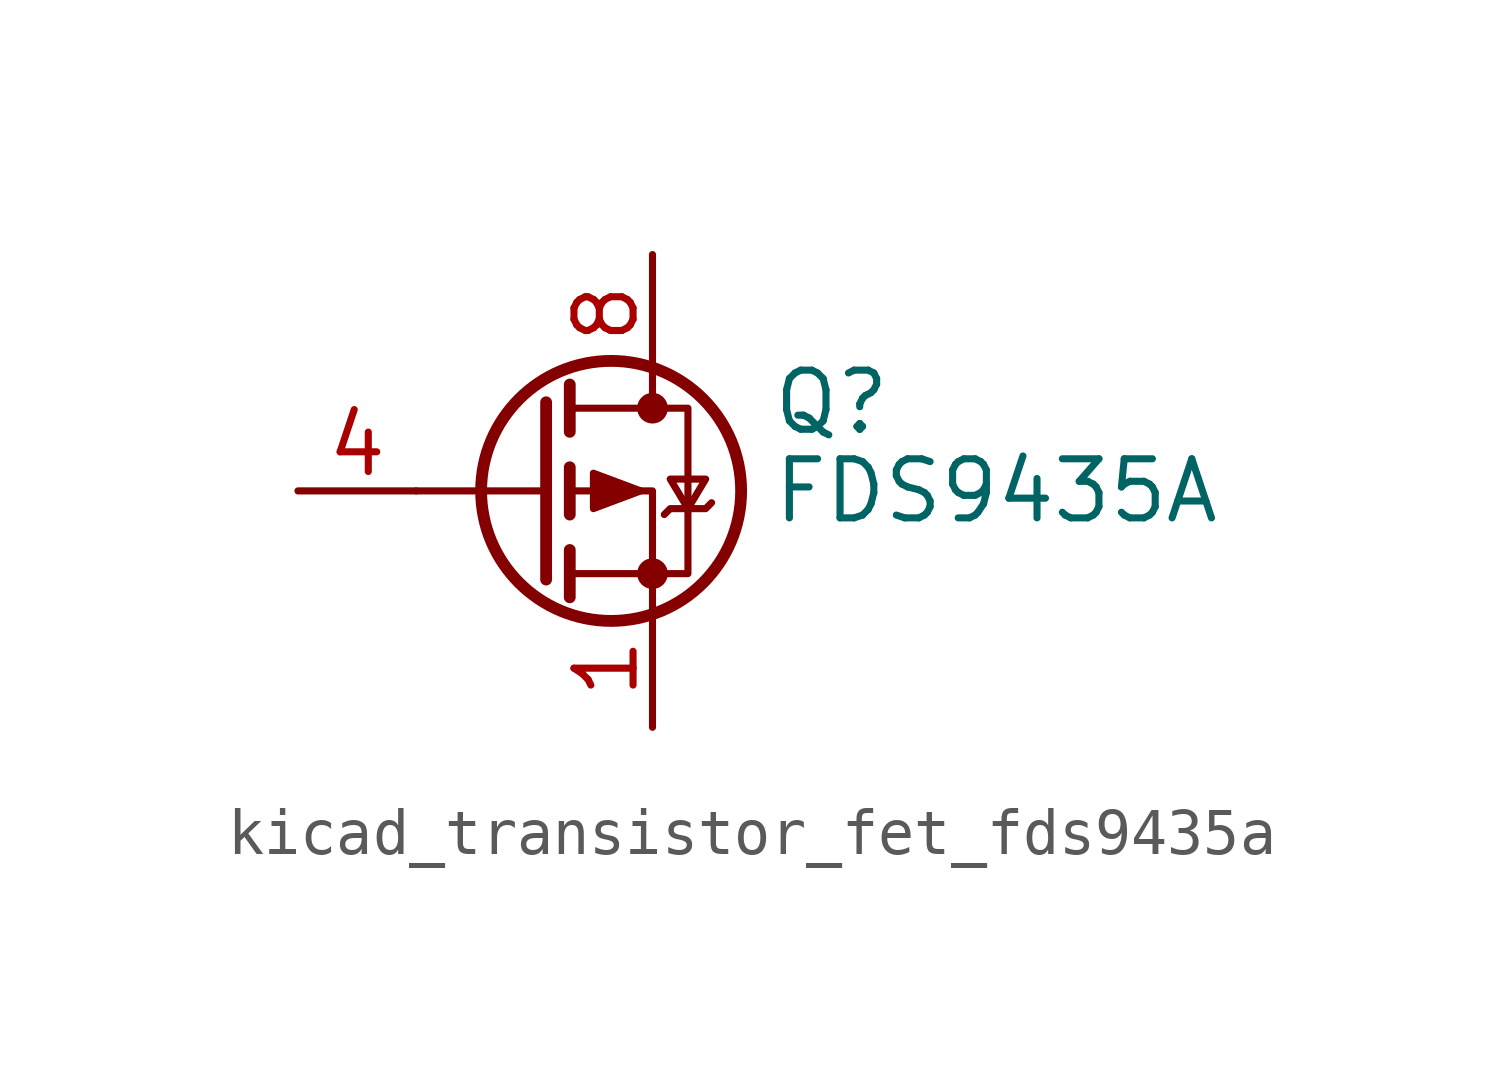
<source format=kicad_sym>
(kicad_symbol_lib
  (version 20220914)
  (generator kicad_symbol_editor)
  (symbol "kicad_transistor_fet_fds9435a"
    (pin_names hide)
    (property "Reference" "Q"
      (at 5.08 1.905 0)
      (effects (font (size 1.27 1.27)) (justify left)))
    (property "Value" "FDS9435A"
      (at 5.08 0 0)
      (effects (font (size 1.27 1.27)) (justify left)))
    (symbol "kicad_transistor_fet_fds9435a_0_1"
      (polyline (pts (xy 0.254 0) (xy -2.54 0)) (stroke (width 0) (type default)) (fill (type none)))
      (polyline (pts (xy 0.254 1.905) (xy 0.254 -1.905)) (stroke (width 0.254) (type default)) (fill (type none)))
      (polyline (pts (xy 0.762 -1.27) (xy 0.762 -2.286)) (stroke (width 0.254) (type default)) (fill (type none)))
      (polyline (pts (xy 0.762 0.508) (xy 0.762 -0.508)) (stroke (width 0.254) (type default)) (fill (type none)))
      (polyline (pts (xy 0.762 2.286) (xy 0.762 1.27)) (stroke (width 0.254) (type default)) (fill (type none)))
      (polyline (pts (xy 2.54 2.54) (xy 2.54 1.778)) (stroke (width 0) (type default)) (fill (type none)))
      (polyline (pts (xy 2.54 -2.54) (xy 2.54 0) (xy 0.762 0)) (stroke (width 0) (type default)) (fill (type none)))
      (polyline (pts (xy 0.762 1.778) (xy 3.302 1.778) (xy 3.302 -1.778) (xy 0.762 -1.778)) (stroke (width 0) (type default)) (fill (type none)))
      (polyline (pts (xy 2.286 0) (xy 1.27 0.381) (xy 1.27 -0.381) (xy 2.286 0)) (stroke (width 0) (type default)) (fill (type outline)))
      (polyline (pts (xy 2.794 -0.508) (xy 2.921 -0.381) (xy 3.683 -0.381) (xy 3.81 -0.254)) (stroke (width 0) (type default)) (fill (type none)))
      (polyline (pts (xy 3.302 -0.381) (xy 2.921 0.254) (xy 3.683 0.254) (xy 3.302 -0.381)) (stroke (width 0) (type default)) (fill (type none)))
      (circle (center 1.651 0) (radius 2.794) (stroke (width 0.254) (type default)) (fill (type none)))
      (circle (center 2.54 -1.778) (radius 0.254) (stroke (width 0) (type default)) (fill (type outline)))
      (circle (center 2.54 1.778) (radius 0.254) (stroke (width 0) (type default)) (fill (type outline))))
    (symbol "kicad_transistor_fet_fds9435a_1_1"
      (pin passive line (at 2.54 -5.08 90) (length 2.54) (name "S" (effects (font (size 1.27 1.27)))) (number "1" (effects (font (size 1.27 1.27)))))
      (pin passive line (at 2.54 -5.08 90) (length 2.54) hide (name "S" (effects (font (size 1.27 1.27)))) (number "2" (effects (font (size 1.27 1.27)))))
      (pin passive line (at 2.54 -5.08 90) (length 2.54) hide (name "S" (effects (font (size 1.27 1.27)))) (number "3" (effects (font (size 1.27 1.27)))))
      (pin passive line (at -5.08 0 0) (length 2.54) (name "G" (effects (font (size 1.27 1.27)))) (number "4" (effects (font (size 1.27 1.27)))))
      (pin passive line (at 2.54 5.08 270) (length 2.54) hide (name "D" (effects (font (size 1.27 1.27)))) (number "5" (effects (font (size 1.27 1.27)))))
      (pin passive line (at 2.54 5.08 270) (length 2.54) hide (name "D" (effects (font (size 1.27 1.27)))) (number "6" (effects (font (size 1.27 1.27)))))
      (pin passive line (at 2.54 5.08 270) (length 2.54) hide (name "D" (effects (font (size 1.27 1.27)))) (number "7" (effects (font (size 1.27 1.27)))))
      (pin passive line (at 2.54 5.08 270) (length 2.54) (name "D" (effects (font (size 1.27 1.27)))) (number "8" (effects (font (size 1.27 1.27))))))))
</source>
